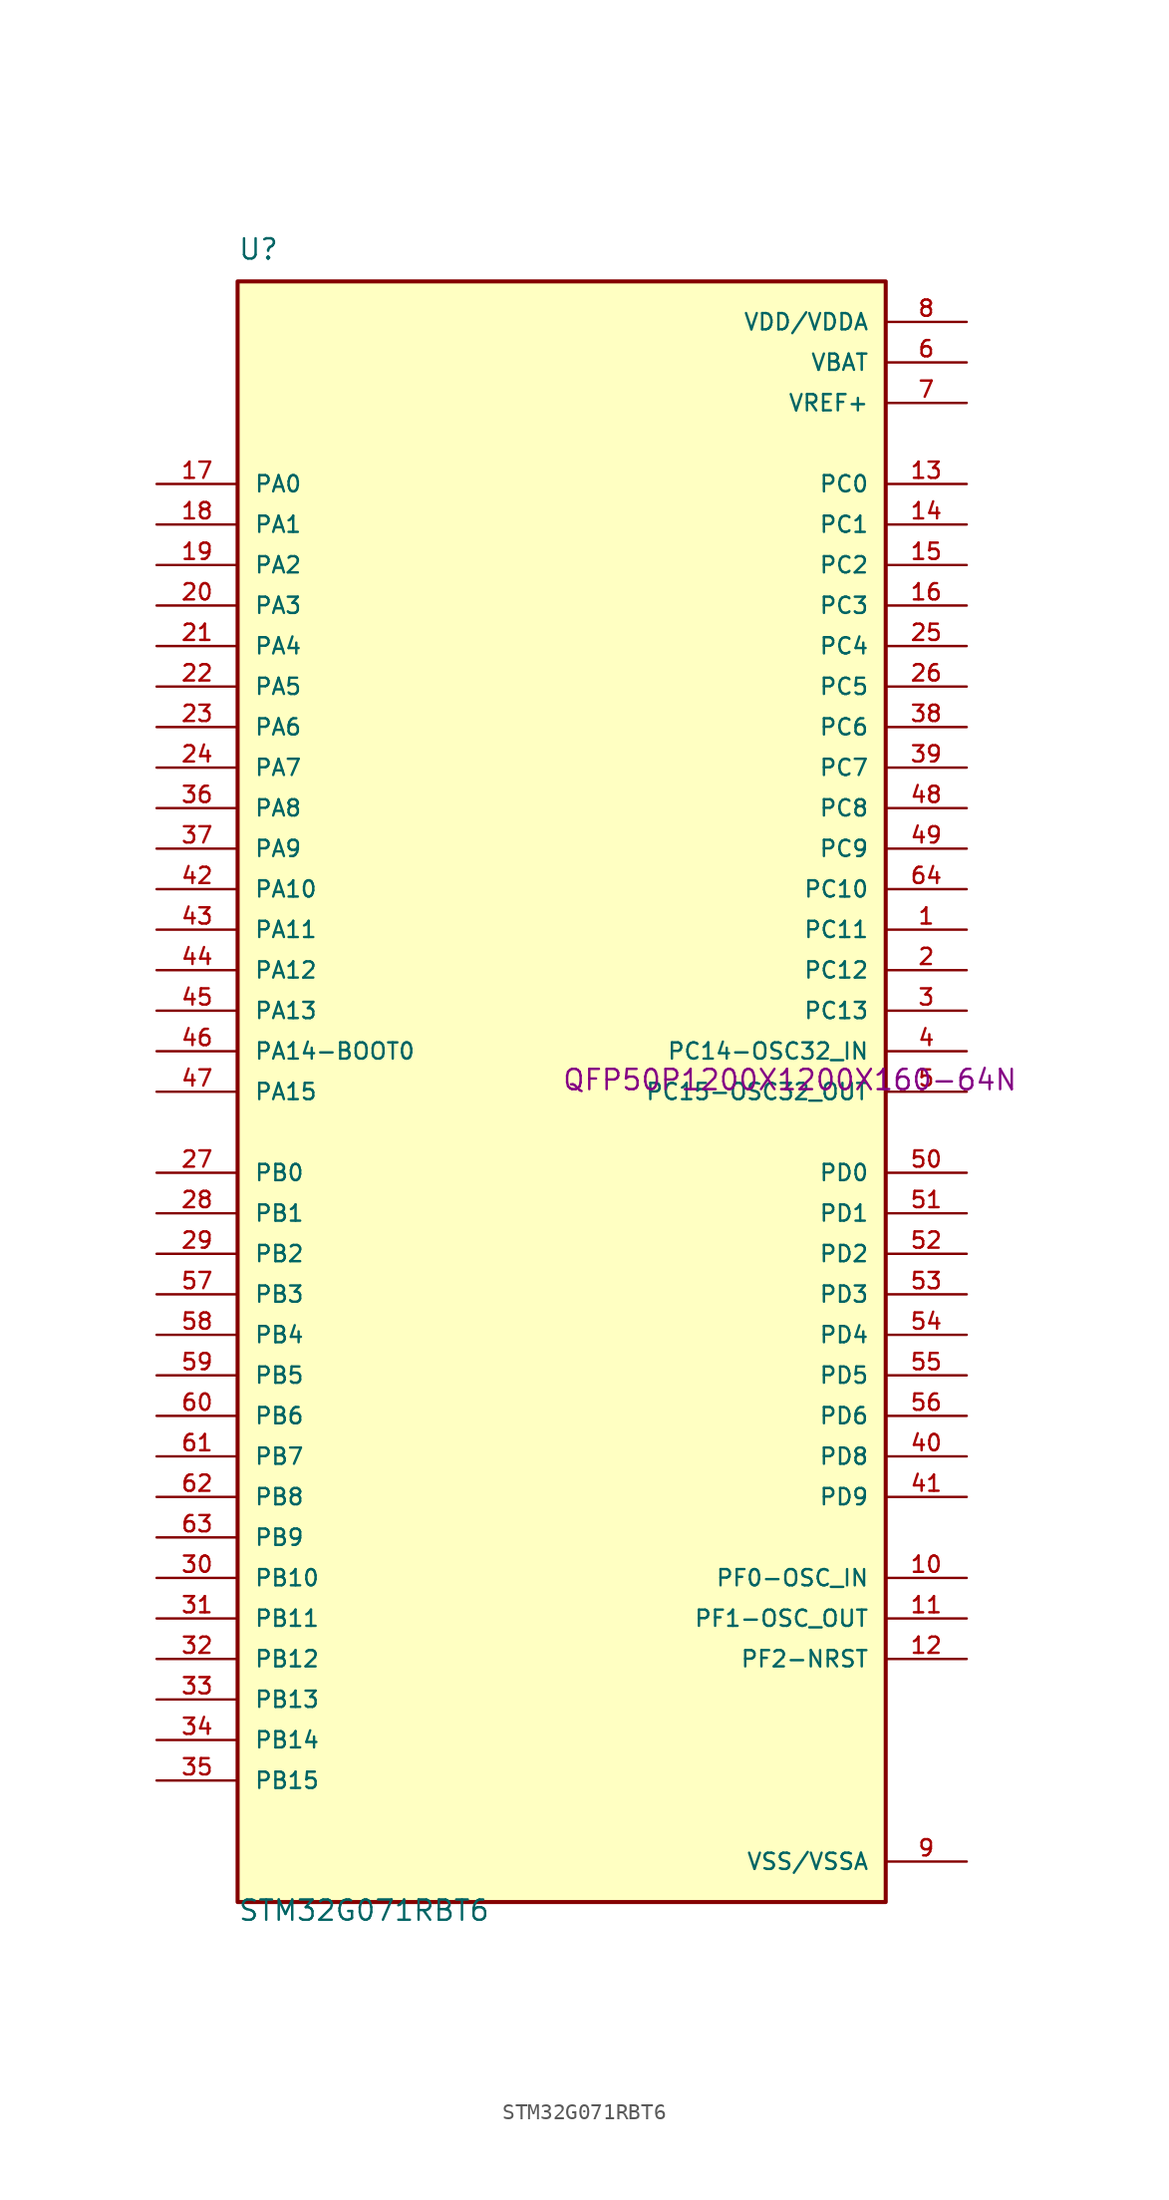
<source format=kicad_sym>
(kicad_symbol_lib
  (version 20211014)
  (generator kicad_symbol_editor)
  (symbol "STM32G071RBT6"
    (pin_names
      (offset 1.016))
    (property "Reference" "U"
      (at -20.32 52.07 0)
      (effects (font (size 1.27 1.27)) (justify left bottom)))
    (property "Value" "STM32G071RBT6"
      (at -20.32 -52.07 0)
      (effects (font (size 1.27 1.27)) (justify left bottom)))
    (property "Footprint" "QFP50P1200X1200X160-64N"
      (at 0 0 0)
      (effects (font (size 1.27 1.27)) (justify left bottom)))
    (property "ki_locked" ""
      (at 0 0 0)
      (effects (font (size 1.27 1.27))))
    (symbol "STM32G071RBT6_0_0"
      (rectangle (start -20.32 -50.8) (end 20.32 50.8) (stroke (width 0.254) (type default) (color 0 0 0 0)) (fill (type background)))
      (pin bidirectional line (at 25.4 10.16 180) (length 5.08) (name "PC11" (effects (font (size 1.016 1.016)))) (number "1" (effects (font (size 1.016 1.016)))))
      (pin bidirectional line (at 25.4 -30.48 180) (length 5.08) (name "PF0-OSC_IN" (effects (font (size 1.016 1.016)))) (number "10" (effects (font (size 1.016 1.016)))))
      (pin bidirectional line (at 25.4 -33.02 180) (length 5.08) (name "PF1-OSC_OUT" (effects (font (size 1.016 1.016)))) (number "11" (effects (font (size 1.016 1.016)))))
      (pin bidirectional line (at 25.4 -35.56 180) (length 5.08) (name "PF2-NRST" (effects (font (size 1.016 1.016)))) (number "12" (effects (font (size 1.016 1.016)))))
      (pin bidirectional line (at 25.4 38.1 180) (length 5.08) (name "PC0" (effects (font (size 1.016 1.016)))) (number "13" (effects (font (size 1.016 1.016)))))
      (pin bidirectional line (at 25.4 35.56 180) (length 5.08) (name "PC1" (effects (font (size 1.016 1.016)))) (number "14" (effects (font (size 1.016 1.016)))))
      (pin bidirectional line (at 25.4 33.02 180) (length 5.08) (name "PC2" (effects (font (size 1.016 1.016)))) (number "15" (effects (font (size 1.016 1.016)))))
      (pin bidirectional line (at 25.4 30.48 180) (length 5.08) (name "PC3" (effects (font (size 1.016 1.016)))) (number "16" (effects (font (size 1.016 1.016)))))
      (pin bidirectional line (at -25.4 38.1 0) (length 5.08) (name "PA0" (effects (font (size 1.016 1.016)))) (number "17" (effects (font (size 1.016 1.016)))))
      (pin bidirectional line (at -25.4 35.56 0) (length 5.08) (name "PA1" (effects (font (size 1.016 1.016)))) (number "18" (effects (font (size 1.016 1.016)))))
      (pin bidirectional line (at -25.4 33.02 0) (length 5.08) (name "PA2" (effects (font (size 1.016 1.016)))) (number "19" (effects (font (size 1.016 1.016)))))
      (pin bidirectional line (at 25.4 7.62 180) (length 5.08) (name "PC12" (effects (font (size 1.016 1.016)))) (number "2" (effects (font (size 1.016 1.016)))))
      (pin bidirectional line (at -25.4 30.48 0) (length 5.08) (name "PA3" (effects (font (size 1.016 1.016)))) (number "20" (effects (font (size 1.016 1.016)))))
      (pin bidirectional line (at -25.4 27.94 0) (length 5.08) (name "PA4" (effects (font (size 1.016 1.016)))) (number "21" (effects (font (size 1.016 1.016)))))
      (pin bidirectional line (at -25.4 25.4 0) (length 5.08) (name "PA5" (effects (font (size 1.016 1.016)))) (number "22" (effects (font (size 1.016 1.016)))))
      (pin bidirectional line (at -25.4 22.86 0) (length 5.08) (name "PA6" (effects (font (size 1.016 1.016)))) (number "23" (effects (font (size 1.016 1.016)))))
      (pin bidirectional line (at -25.4 20.32 0) (length 5.08) (name "PA7" (effects (font (size 1.016 1.016)))) (number "24" (effects (font (size 1.016 1.016)))))
      (pin bidirectional line (at 25.4 27.94 180) (length 5.08) (name "PC4" (effects (font (size 1.016 1.016)))) (number "25" (effects (font (size 1.016 1.016)))))
      (pin bidirectional line (at 25.4 25.4 180) (length 5.08) (name "PC5" (effects (font (size 1.016 1.016)))) (number "26" (effects (font (size 1.016 1.016)))))
      (pin bidirectional line (at -25.4 -5.08 0) (length 5.08) (name "PB0" (effects (font (size 1.016 1.016)))) (number "27" (effects (font (size 1.016 1.016)))))
      (pin bidirectional line (at -25.4 -7.62 0) (length 5.08) (name "PB1" (effects (font (size 1.016 1.016)))) (number "28" (effects (font (size 1.016 1.016)))))
      (pin bidirectional line (at -25.4 -10.16 0) (length 5.08) (name "PB2" (effects (font (size 1.016 1.016)))) (number "29" (effects (font (size 1.016 1.016)))))
      (pin bidirectional line (at 25.4 5.08 180) (length 5.08) (name "PC13" (effects (font (size 1.016 1.016)))) (number "3" (effects (font (size 1.016 1.016)))))
      (pin bidirectional line (at -25.4 -30.48 0) (length 5.08) (name "PB10" (effects (font (size 1.016 1.016)))) (number "30" (effects (font (size 1.016 1.016)))))
      (pin bidirectional line (at -25.4 -33.02 0) (length 5.08) (name "PB11" (effects (font (size 1.016 1.016)))) (number "31" (effects (font (size 1.016 1.016)))))
      (pin bidirectional line (at -25.4 -35.56 0) (length 5.08) (name "PB12" (effects (font (size 1.016 1.016)))) (number "32" (effects (font (size 1.016 1.016)))))
      (pin bidirectional line (at -25.4 -38.1 0) (length 5.08) (name "PB13" (effects (font (size 1.016 1.016)))) (number "33" (effects (font (size 1.016 1.016)))))
      (pin bidirectional line (at -25.4 -40.64 0) (length 5.08) (name "PB14" (effects (font (size 1.016 1.016)))) (number "34" (effects (font (size 1.016 1.016)))))
      (pin bidirectional line (at -25.4 -43.18 0) (length 5.08) (name "PB15" (effects (font (size 1.016 1.016)))) (number "35" (effects (font (size 1.016 1.016)))))
      (pin bidirectional line (at -25.4 17.78 0) (length 5.08) (name "PA8" (effects (font (size 1.016 1.016)))) (number "36" (effects (font (size 1.016 1.016)))))
      (pin bidirectional line (at -25.4 15.24 0) (length 5.08) (name "PA9" (effects (font (size 1.016 1.016)))) (number "37" (effects (font (size 1.016 1.016)))))
      (pin bidirectional line (at 25.4 22.86 180) (length 5.08) (name "PC6" (effects (font (size 1.016 1.016)))) (number "38" (effects (font (size 1.016 1.016)))))
      (pin bidirectional line (at 25.4 20.32 180) (length 5.08) (name "PC7" (effects (font (size 1.016 1.016)))) (number "39" (effects (font (size 1.016 1.016)))))
      (pin bidirectional line (at 25.4 2.54 180) (length 5.08) (name "PC14-OSC32_IN" (effects (font (size 1.016 1.016)))) (number "4" (effects (font (size 1.016 1.016)))))
      (pin bidirectional line (at 25.4 -22.86 180) (length 5.08) (name "PD8" (effects (font (size 1.016 1.016)))) (number "40" (effects (font (size 1.016 1.016)))))
      (pin bidirectional line (at 25.4 -25.4 180) (length 5.08) (name "PD9" (effects (font (size 1.016 1.016)))) (number "41" (effects (font (size 1.016 1.016)))))
      (pin bidirectional line (at -25.4 12.7 0) (length 5.08) (name "PA10" (effects (font (size 1.016 1.016)))) (number "42" (effects (font (size 1.016 1.016)))))
      (pin bidirectional line (at -25.4 10.16 0) (length 5.08) (name "PA11" (effects (font (size 1.016 1.016)))) (number "43" (effects (font (size 1.016 1.016)))))
      (pin bidirectional line (at -25.4 7.62 0) (length 5.08) (name "PA12" (effects (font (size 1.016 1.016)))) (number "44" (effects (font (size 1.016 1.016)))))
      (pin bidirectional line (at -25.4 5.08 0) (length 5.08) (name "PA13" (effects (font (size 1.016 1.016)))) (number "45" (effects (font (size 1.016 1.016)))))
      (pin bidirectional line (at -25.4 2.54 0) (length 5.08) (name "PA14-BOOT0" (effects (font (size 1.016 1.016)))) (number "46" (effects (font (size 1.016 1.016)))))
      (pin bidirectional line (at -25.4 0 0) (length 5.08) (name "PA15" (effects (font (size 1.016 1.016)))) (number "47" (effects (font (size 1.016 1.016)))))
      (pin bidirectional line (at 25.4 17.78 180) (length 5.08) (name "PC8" (effects (font (size 1.016 1.016)))) (number "48" (effects (font (size 1.016 1.016)))))
      (pin bidirectional line (at 25.4 15.24 180) (length 5.08) (name "PC9" (effects (font (size 1.016 1.016)))) (number "49" (effects (font (size 1.016 1.016)))))
      (pin bidirectional line (at 25.4 0 180) (length 5.08) (name "PC15-OSC32_OUT" (effects (font (size 1.016 1.016)))) (number "5" (effects (font (size 1.016 1.016)))))
      (pin bidirectional line (at 25.4 -5.08 180) (length 5.08) (name "PD0" (effects (font (size 1.016 1.016)))) (number "50" (effects (font (size 1.016 1.016)))))
      (pin bidirectional line (at 25.4 -7.62 180) (length 5.08) (name "PD1" (effects (font (size 1.016 1.016)))) (number "51" (effects (font (size 1.016 1.016)))))
      (pin bidirectional line (at 25.4 -10.16 180) (length 5.08) (name "PD2" (effects (font (size 1.016 1.016)))) (number "52" (effects (font (size 1.016 1.016)))))
      (pin bidirectional line (at 25.4 -12.7 180) (length 5.08) (name "PD3" (effects (font (size 1.016 1.016)))) (number "53" (effects (font (size 1.016 1.016)))))
      (pin bidirectional line (at 25.4 -15.24 180) (length 5.08) (name "PD4" (effects (font (size 1.016 1.016)))) (number "54" (effects (font (size 1.016 1.016)))))
      (pin bidirectional line (at 25.4 -17.78 180) (length 5.08) (name "PD5" (effects (font (size 1.016 1.016)))) (number "55" (effects (font (size 1.016 1.016)))))
      (pin bidirectional line (at 25.4 -20.32 180) (length 5.08) (name "PD6" (effects (font (size 1.016 1.016)))) (number "56" (effects (font (size 1.016 1.016)))))
      (pin bidirectional line (at -25.4 -12.7 0) (length 5.08) (name "PB3" (effects (font (size 1.016 1.016)))) (number "57" (effects (font (size 1.016 1.016)))))
      (pin bidirectional line (at -25.4 -15.24 0) (length 5.08) (name "PB4" (effects (font (size 1.016 1.016)))) (number "58" (effects (font (size 1.016 1.016)))))
      (pin bidirectional line (at -25.4 -17.78 0) (length 5.08) (name "PB5" (effects (font (size 1.016 1.016)))) (number "59" (effects (font (size 1.016 1.016)))))
      (pin power_in line (at 25.4 45.72 180) (length 5.08) (name "VBAT" (effects (font (size 1.016 1.016)))) (number "6" (effects (font (size 1.016 1.016)))))
      (pin bidirectional line (at -25.4 -20.32 0) (length 5.08) (name "PB6" (effects (font (size 1.016 1.016)))) (number "60" (effects (font (size 1.016 1.016)))))
      (pin bidirectional line (at -25.4 -22.86 0) (length 5.08) (name "PB7" (effects (font (size 1.016 1.016)))) (number "61" (effects (font (size 1.016 1.016)))))
      (pin bidirectional line (at -25.4 -25.4 0) (length 5.08) (name "PB8" (effects (font (size 1.016 1.016)))) (number "62" (effects (font (size 1.016 1.016)))))
      (pin bidirectional line (at -25.4 -27.94 0) (length 5.08) (name "PB9" (effects (font (size 1.016 1.016)))) (number "63" (effects (font (size 1.016 1.016)))))
      (pin bidirectional line (at 25.4 12.7 180) (length 5.08) (name "PC10" (effects (font (size 1.016 1.016)))) (number "64" (effects (font (size 1.016 1.016)))))
      (pin power_in line (at 25.4 43.18 180) (length 5.08) (name "VREF+" (effects (font (size 1.016 1.016)))) (number "7" (effects (font (size 1.016 1.016)))))
      (pin power_in line (at 25.4 48.26 180) (length 5.08) (name "VDD/VDDA" (effects (font (size 1.016 1.016)))) (number "8" (effects (font (size 1.016 1.016)))))
      (pin power_in line (at 25.4 -48.26 180) (length 5.08) (name "VSS/VSSA" (effects (font (size 1.016 1.016)))) (number "9" (effects (font (size 1.016 1.016))))))))
</source>
